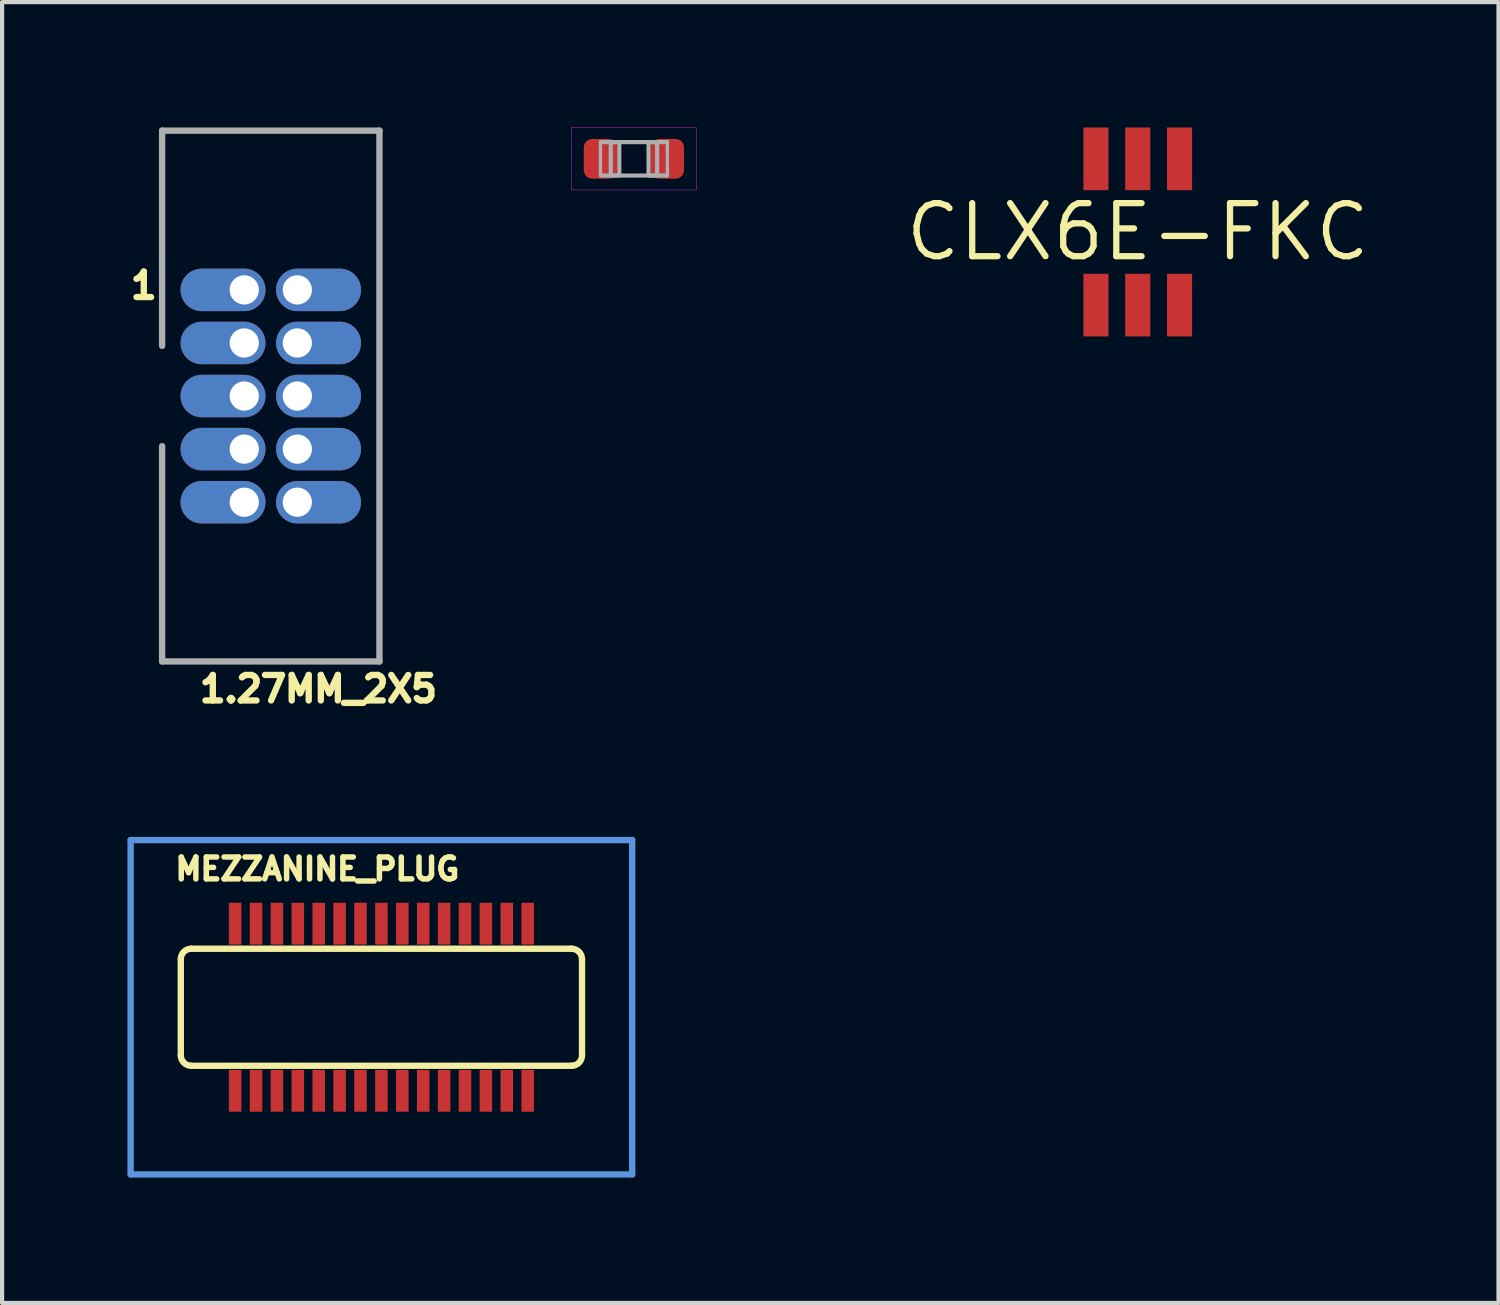
<source format=kicad_pcb>
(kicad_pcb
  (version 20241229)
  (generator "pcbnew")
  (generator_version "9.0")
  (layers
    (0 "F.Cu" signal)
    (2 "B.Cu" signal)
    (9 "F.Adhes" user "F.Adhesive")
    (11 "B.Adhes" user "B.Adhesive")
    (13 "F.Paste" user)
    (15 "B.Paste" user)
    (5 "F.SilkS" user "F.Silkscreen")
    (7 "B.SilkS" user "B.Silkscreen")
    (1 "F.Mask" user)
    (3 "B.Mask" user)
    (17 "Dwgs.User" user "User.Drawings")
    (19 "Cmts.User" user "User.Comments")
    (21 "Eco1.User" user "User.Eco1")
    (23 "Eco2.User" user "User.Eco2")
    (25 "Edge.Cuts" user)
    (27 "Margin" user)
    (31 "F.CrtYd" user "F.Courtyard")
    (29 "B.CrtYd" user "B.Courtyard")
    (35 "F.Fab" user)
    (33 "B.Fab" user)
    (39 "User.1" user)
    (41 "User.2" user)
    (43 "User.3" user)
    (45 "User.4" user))
  (footprint "CLX6E-FKC"
    (layer "F.Cu")
    (at 24.173 2.5)
    (property "Reference" "CLX6E-FKC" (at 0 0 0) (layer "F.SilkS") (effects (font (size 1.27 1.27) (thickness 0.15))))
    (pad "P$1" smd rect (at -1 1.75 180) (size 0.6 1.5) (layers "F.Cu" "F.Mask" "F.Paste"))
    (pad "P$2" smd rect (at 0 1.75 180) (size 0.6 1.5) (layers "F.Cu" "F.Mask" "F.Paste"))
    (pad "P$3" smd rect (at 1 1.75 180) (size 0.6 1.5) (layers "F.Cu" "F.Mask" "F.Paste"))
    (pad "P$4" smd rect (at 1 -1.75 180) (size 0.6 1.5) (layers "F.Cu" "F.Mask" "F.Paste"))
    (pad "P$5" smd rect (at 0 -1.75 180) (size 0.6 1.5) (layers "F.Cu" "F.Mask" "F.Paste"))
    (pad "P$6" smd rect (at -1 -1.75 180) (size 0.6 1.5) (layers "F.Cu" "F.Mask" "F.Paste")))
  (footprint "MEZZANINE_PLUG"
    (layer "F.Cu")
    (at 6.076 21.05)
    (property "Reference" "MEZZANINE_PLUG" (at -5 -3 0) (layer "F.SilkS") (effects (font (size 0.524 0.524) (thickness 0.131)) (justify left bottom)))
    (fp_line (start -4.8 1.15) (end -4.8 -1.15) (stroke (width 0.152) (type solid)) (layer "F.SilkS"))
    (fp_line (start -4.55 -1.4) (end 4.55 -1.4) (stroke (width 0.152) (type solid)) (layer "F.SilkS"))
    (fp_line (start 4.55 1.4) (end -4.55 1.4) (stroke (width 0.152) (type solid)) (layer "F.SilkS"))
    (fp_line (start 4.8 -1.15) (end 4.8 1.15) (stroke (width 0.152) (type solid)) (layer "F.SilkS"))
    (fp_arc (start -4.8 -1.15) (mid -4.726777 -1.326777) (end -4.55 -1.4) (stroke (width 0.1524) (type solid)) (layer "F.SilkS"))
    (fp_arc (start -4.55 1.4) (mid -4.726777 1.326777) (end -4.8 1.15) (stroke (width 0.1524) (type solid)) (layer "F.SilkS"))
    (fp_arc (start 4.55 -1.4) (mid 4.726777 -1.326777) (end 4.8 -1.15) (stroke (width 0.1524) (type solid)) (layer "F.SilkS"))
    (fp_arc (start 4.8 1.15) (mid 4.726777 1.326777) (end 4.55 1.4) (stroke (width 0.1524) (type solid)) (layer "F.SilkS"))
    (fp_line (start -6 -4) (end 6 -4) (stroke (width 0.152) (type solid)) (layer "Cmts.User"))
    (fp_line (start -6 4) (end -6 -4) (stroke (width 0.152) (type solid)) (layer "Cmts.User"))
    (fp_line (start 6 -4) (end 6 4) (stroke (width 0.152) (type solid)) (layer "Cmts.User"))
    (fp_line (start 6 4) (end -6 4) (stroke (width 0.152) (type solid)) (layer "Cmts.User"))
    (pad "P$1" smd rect (at -3.5 -2) (size 0.3 1) (layers "F.Cu" "F.Mask" "F.Paste"))
    (pad "P$2" smd rect (at -3 -2) (size 0.3 1) (layers "F.Cu" "F.Mask" "F.Paste"))
    (pad "P$3" smd rect (at -2.5 -2) (size 0.3 1) (layers "F.Cu" "F.Mask" "F.Paste"))
    (pad "P$4" smd rect (at -2 -2) (size 0.3 1) (layers "F.Cu" "F.Mask" "F.Paste"))
    (pad "P$5" smd rect (at -1.5 -2) (size 0.3 1) (layers "F.Cu" "F.Mask" "F.Paste"))
    (pad "P$6" smd rect (at -1 -2) (size 0.3 1) (layers "F.Cu" "F.Mask" "F.Paste"))
    (pad "P$7" smd rect (at -0.5 -2) (size 0.3 1) (layers "F.Cu" "F.Mask" "F.Paste"))
    (pad "P$8" smd rect (at 0 -2) (size 0.3 1) (layers "F.Cu" "F.Mask" "F.Paste"))
    (pad "P$9" smd rect (at 0.5 -2) (size 0.3 1) (layers "F.Cu" "F.Mask" "F.Paste"))
    (pad "P$10" smd rect (at 1 -2) (size 0.3 1) (layers "F.Cu" "F.Mask" "F.Paste"))
    (pad "P$11" smd rect (at 1.5 -2) (size 0.3 1) (layers "F.Cu" "F.Mask" "F.Paste"))
    (pad "P$12" smd rect (at 2 -2) (size 0.3 1) (layers "F.Cu" "F.Mask" "F.Paste"))
    (pad "P$13" smd rect (at 2.5 -2) (size 0.3 1) (layers "F.Cu" "F.Mask" "F.Paste"))
    (pad "P$14" smd rect (at 3 -2) (size 0.3 1) (layers "F.Cu" "F.Mask" "F.Paste"))
    (pad "P$15" smd rect (at 3.5 -2) (size 0.3 1) (layers "F.Cu" "F.Mask" "F.Paste"))
    (pad "P$16" smd rect (at 3.5 2) (size 0.3 1) (layers "F.Cu" "F.Mask" "F.Paste"))
    (pad "P$17" smd rect (at 3 2) (size 0.3 1) (layers "F.Cu" "F.Mask" "F.Paste"))
    (pad "P$18" smd rect (at 2.5 2) (size 0.3 1) (layers "F.Cu" "F.Mask" "F.Paste"))
    (pad "P$19" smd rect (at 2 2) (size 0.3 1) (layers "F.Cu" "F.Mask" "F.Paste"))
    (pad "P$20" smd rect (at 1.5 2) (size 0.3 1) (layers "F.Cu" "F.Mask" "F.Paste"))
    (pad "P$21" smd rect (at 1 2) (size 0.3 1) (layers "F.Cu" "F.Mask" "F.Paste"))
    (pad "P$22" smd rect (at 0.5 2) (size 0.3 1) (layers "F.Cu" "F.Mask" "F.Paste"))
    (pad "P$23" smd rect (at 0 2) (size 0.3 1) (layers "F.Cu" "F.Mask" "F.Paste"))
    (pad "P$24" smd rect (at -0.5 2) (size 0.3 1) (layers "F.Cu" "F.Mask" "F.Paste"))
    (pad "P$25" smd rect (at -1 2) (size 0.3 1) (layers "F.Cu" "F.Mask" "F.Paste"))
    (pad "P$26" smd rect (at -1.5 2) (size 0.3 1) (layers "F.Cu" "F.Mask" "F.Paste"))
    (pad "P$27" smd rect (at -2 2) (size 0.3 1) (layers "F.Cu" "F.Mask" "F.Paste"))
    (pad "P$28" smd rect (at -2.5 2) (size 0.3 1) (layers "F.Cu" "F.Mask" "F.Paste"))
    (pad "P$29" smd rect (at -3 2) (size 0.3 1) (layers "F.Cu" "F.Mask" "F.Paste"))
    (pad "P$30" smd rect (at -3.5 2) (size 0.3 1) (layers "F.Cu" "F.Mask" "F.Paste")))
  (footprint "1.27MM_2X5"
    (layer "F.Cu")
    (at 3.429 6.426)
    (property "Reference" "1.27MM_2X5" (at -1.778 7.366 0) (layer "F.SilkS") (effects (font (size 0.61 0.61) (thickness 0.152)) (justify left bottom)))
    (fp_line (start -2.6 -6.35) (end 2.6 -6.35) (stroke (width 0.152) (type solid)) (layer "F.Fab"))
    (fp_line (start -2.6 -1.2) (end -2.6 -6.35) (stroke (width 0.152) (type solid)) (layer "F.Fab"))
    (fp_line (start -2.6 6.35) (end -2.6 1.2) (stroke (width 0.152) (type solid)) (layer "F.Fab"))
    (fp_line (start 2.6 6.35) (end -2.6 6.35) (stroke (width 0.152) (type solid)) (layer "F.Fab"))
    (fp_line (start 2.6 6.35) (end 2.6 -6.35) (stroke (width 0.152) (type solid)) (layer "F.Fab"))
    (fp_text user "1" (at -3.429 -2.286 0) (layer "F.SilkS") (effects (font (size 0.61 0.61) (thickness 0.152)) (justify left bottom)))
    (pad "!RESET" thru_hole oval (at 0.635 2.54) (size 2.032 1.016) (drill 0.7 (offset 0.508 0)) (layers "*.Cu" "*.Mask"))
    (pad "GND" thru_hole oval (at -0.635 -1.27 180) (size 2.032 1.016) (drill 0.7 (offset 0.508 0)) (layers "*.Cu" "*.Mask"))
    (pad "GND@2" thru_hole oval (at -0.635 0 180) (size 2.032 1.016) (drill 0.7 (offset 0.508 0)) (layers "*.Cu" "*.Mask"))
    (pad "GNDDET" thru_hole oval (at -0.635 2.54 180) (size 2.032 1.016) (drill 0.7 (offset 0.508 0)) (layers "*.Cu" "*.Mask"))
    (pad "KEY" thru_hole oval (at -0.635 1.27 180) (size 2.032 1.016) (drill 0.7 (offset 0.508 0)) (layers "*.Cu" "*.Mask"))
    (pad "NC" thru_hole oval (at 0.635 1.27) (size 2.032 1.016) (drill 0.7 (offset 0.508 0)) (layers "*.Cu" "*.Mask"))
    (pad "SWDCLK" thru_hole oval (at 0.635 -1.27) (size 2.032 1.016) (drill 0.7 (offset 0.508 0)) (layers "*.Cu" "*.Mask"))
    (pad "SWDIO" thru_hole oval (at 0.635 -2.54) (size 2.032 1.016) (drill 0.7 (offset 0.508 0)) (layers "*.Cu" "*.Mask"))
    (pad "SWO" thru_hole oval (at 0.635 0) (size 2.032 1.016) (drill 0.7 (offset 0.508 0)) (layers "*.Cu" "*.Mask"))
    (pad "VTREF" thru_hole oval (at -0.635 -2.54 180) (size 2.032 1.016) (drill 0.7 (offset 0.508 0)) (layers "*.Cu" "*.Mask")))
  (footprint ".0603-B-NOSILK"
    (layer "F.Cu")
    (at 12.118 0.75)
    (property "Reference" ".0603-B-NOSILK" (at 0 0 0) (layer "F.Mask") (effects (font (size 0.255 0.255) (thickness 0.045)) (justify left bottom)))
    (fp_line (start -0.8 0.41) (end -0.8 -0.41) (stroke (width 0.08) (type solid)) (layer "F.Mask"))
    (fp_line (start -0.79 -0.4) (end 0.79 -0.4) (stroke (width 0.1) (type solid)) (layer "F.Mask"))
    (fp_line (start 0.79 0.4) (end -0.79 0.4) (stroke (width 0.1) (type solid)) (layer "F.Mask"))
    (fp_line (start 0.8 -0.41) (end 0.8 0.41) (stroke (width 0.08) (type solid)) (layer "F.Mask"))
    (fp_poly (pts (xy -0.34 0.54) (xy -1.26 0.54) (xy -1.26 -0.54) (xy -0.34 -0.54)) (stroke (width 0.1) (type solid)) (fill no) (layer "F.Mask"))
    (fp_poly (pts (xy 1.26 0.54) (xy 0.34 0.54) (xy 0.34 -0.54) (xy 1.26 -0.54)) (stroke (width 0.1) (type solid)) (fill no) (layer "F.Mask"))
    (fp_line (start -1.495 -0.745) (end -1.495 0.745) (stroke (width 0.01) (type solid)) (layer "F.CrtYd"))
    (fp_line (start -1.495 0.745) (end 1.495 0.745) (stroke (width 0.01) (type solid)) (layer "F.CrtYd"))
    (fp_line (start 1.495 -0.745) (end -1.495 -0.745) (stroke (width 0.01) (type solid)) (layer "F.CrtYd"))
    (fp_line (start 1.495 0.745) (end 1.495 -0.745) (stroke (width 0.01) (type solid)) (layer "F.CrtYd"))
    (fp_line (start -0.8 0.41) (end -0.8 -0.41) (stroke (width 0.08) (type solid)) (layer "F.Fab"))
    (fp_line (start -0.79 -0.4) (end 0.79 -0.4) (stroke (width 0.1) (type solid)) (layer "F.Fab"))
    (fp_line (start 0.79 0.4) (end -0.79 0.4) (stroke (width 0.1) (type solid)) (layer "F.Fab"))
    (fp_line (start 0.8 -0.41) (end 0.8 0.41) (stroke (width 0.08) (type solid)) (layer "F.Fab"))
    (fp_poly (pts (xy -0.555 0.4) (xy -0.35 0.4) (xy -0.35 -0.4) (xy -0.555 -0.4)) (stroke (width 0.1) (type solid)) (fill no) (layer "F.Fab"))
    (fp_poly (pts (xy 0.35 0.4) (xy 0.555 0.4) (xy 0.555 -0.4) (xy 0.35 -0.4)) (stroke (width 0.1) (type solid)) (fill no) (layer "F.Fab"))
    (pad "1" smd roundrect (at -0.8 0) (size 0.8 0.95) (layers "F.Cu" "F.Paste") (roundrect_rratio 0.25))
    (pad "2" smd roundrect (at 0.8 0) (size 0.8 0.95) (layers "F.Cu" "F.Paste") (roundrect_rratio 0.25)))
  (gr_rect
    (start -3 -3)
    (end 32.804 28.126)
    (stroke (width 0.1) (type default))
    (fill no)
    (layer "Edge.Cuts")))
</source>
